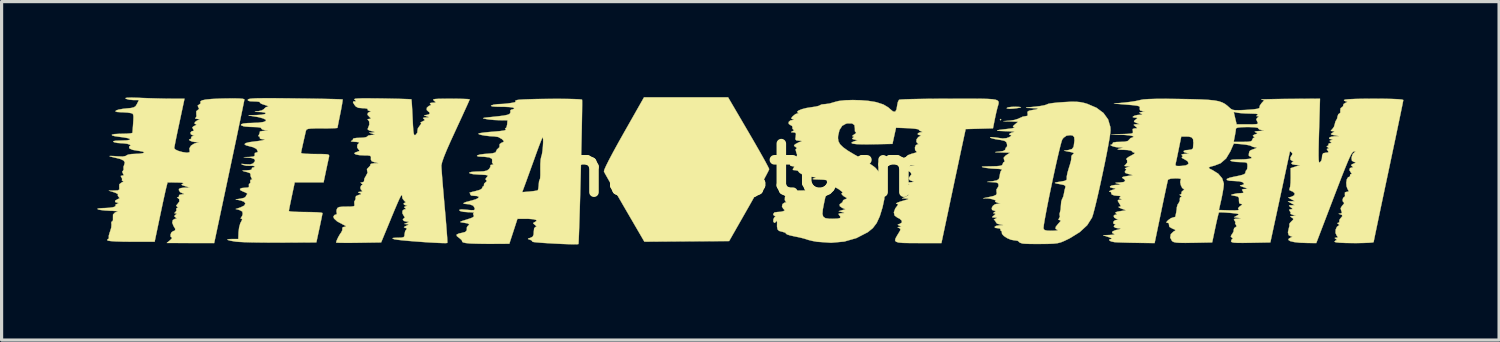
<source format=kicad_pcb>
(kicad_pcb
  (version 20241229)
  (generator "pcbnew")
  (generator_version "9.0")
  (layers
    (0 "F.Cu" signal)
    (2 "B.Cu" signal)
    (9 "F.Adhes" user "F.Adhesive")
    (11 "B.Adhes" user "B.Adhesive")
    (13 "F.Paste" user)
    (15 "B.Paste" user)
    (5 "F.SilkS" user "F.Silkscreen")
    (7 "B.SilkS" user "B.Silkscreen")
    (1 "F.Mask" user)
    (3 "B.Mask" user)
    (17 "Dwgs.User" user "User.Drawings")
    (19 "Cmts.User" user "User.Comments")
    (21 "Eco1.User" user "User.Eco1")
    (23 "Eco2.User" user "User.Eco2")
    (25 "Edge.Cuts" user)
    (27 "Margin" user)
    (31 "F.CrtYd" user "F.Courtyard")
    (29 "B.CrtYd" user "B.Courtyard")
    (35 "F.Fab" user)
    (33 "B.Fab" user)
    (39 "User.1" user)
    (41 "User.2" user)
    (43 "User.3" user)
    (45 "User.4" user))
  (footprint "hexastorm"
    (layer "F.Cu")
    (at 20.45 2.291)
    (property "Reference" "hexastorm" (at 0 0 0) (layer "F.SilkS") (effects (font (size 1.524 1.524) (thickness 0.3))))
    (attr through_hole)
    (fp_poly (pts (xy 7.916 -1.587) (xy 7.895 -1.566) (xy 7.874 -1.587) (xy 7.895 -1.609) (xy 7.916 -1.587)) (stroke (width 0.01) (type solid)) (fill yes) (layer "F.SilkS"))
    (fp_poly (pts (xy 8.473 -1.987) (xy 8.536 -1.978) (xy 8.514 -1.965) (xy 8.409 -1.947) (xy 8.308 -1.934) (xy 8.177 -1.926) (xy 8.099 -1.936) (xy 8.086 -1.949) (xy 8.124 -1.971) (xy 8.223 -1.986) (xy 8.326 -1.99) (xy 8.473 -1.987)) (stroke (width 0.01) (type solid)) (fill yes) (layer "F.SilkS"))
    (fp_poly (pts (xy -0.01 -1.187) (xy 0.152 -0.909) (xy 0.299 -0.653) (xy 0.426 -0.429) (xy 0.527 -0.247) (xy 0.597 -0.114) (xy 0.632 -0.042) (xy 0.634 -0.033) (xy 0.614 0.016) (xy 0.556 0.129) (xy 0.467 0.296) (xy 0.351 0.508) (xy 0.213 0.755) (xy 0.059 1.028) (xy 0.006 1.122) (xy -0.622 2.223) (xy -1.952 2.232) (xy -3.281 2.242) (xy -3.903 1.174) (xy -4.062 0.899) (xy -4.208 0.646) (xy -4.336 0.424) (xy -4.438 0.243) (xy -4.511 0.114) (xy -4.547 0.045) (xy -4.55 0.039) (xy -4.537 -0.017) (xy -4.482 -0.141) (xy -4.389 -0.327) (xy -4.26 -0.57) (xy -4.098 -0.865) (xy -3.934 -1.157) (xy -3.293 -2.286) (xy -0.654 -2.286) (xy -0.01 -1.187)) (stroke (width 0.01) (type solid)) (fill yes) (layer "F.SilkS"))
    (fp_poly (pts (xy -14.658 -2.257) (xy -14.259 -2.253) (xy -14.233 -2.252) (xy -13.889 -2.248) (xy -13.573 -2.243) (xy -13.294 -2.238) (xy -13.063 -2.233) (xy -12.889 -2.228) (xy -12.781 -2.224) (xy -12.749 -2.221) (xy -12.751 -2.177) (xy -12.768 -2.068) (xy -12.796 -1.912) (xy -12.823 -1.776) (xy -12.86 -1.595) (xy -12.889 -1.449) (xy -12.907 -1.354) (xy -12.912 -1.328) (xy -12.951 -1.322) (xy -13.059 -1.317) (xy -13.217 -1.313) (xy -13.398 -1.312) (xy -13.607 -1.312) (xy -13.746 -1.307) (xy -13.831 -1.297) (xy -13.877 -1.277) (xy -13.898 -1.246) (xy -13.906 -1.217) (xy -13.966 -0.953) (xy -14.009 -0.762) (xy -14.037 -0.635) (xy -14.051 -0.563) (xy -14.054 -0.54) (xy -14.015 -0.527) (xy -13.908 -0.516) (xy -13.752 -0.51) (xy -13.606 -0.508) (xy -13.407 -0.507) (xy -13.278 -0.503) (xy -13.206 -0.493) (xy -13.176 -0.472) (xy -13.173 -0.439) (xy -13.178 -0.413) (xy -13.197 -0.328) (xy -13.228 -0.186) (xy -13.264 -0.016) (xy -13.274 0.032) (xy -13.347 0.381) (xy -14.252 0.381) (xy -14.344 0.815) (xy -14.382 0.997) (xy -14.413 1.148) (xy -14.432 1.249) (xy -14.436 1.281) (xy -14.396 1.293) (xy -14.288 1.303) (xy -14.127 1.309) (xy -13.929 1.312) (xy -13.906 1.312) (xy -13.706 1.315) (xy -13.541 1.321) (xy -13.427 1.331) (xy -13.381 1.343) (xy -13.38 1.344) (xy -13.39 1.396) (xy -13.413 1.513) (xy -13.447 1.675) (xy -13.478 1.82) (xy -13.574 2.265) (xy -14.714 2.271) (xy -15.031 2.271) (xy -15.334 2.268) (xy -15.607 2.264) (xy -15.838 2.257) (xy -16.011 2.248) (xy -16.104 2.24) (xy -16.268 2.212) (xy -16.355 2.188) (xy -16.363 2.171) (xy -16.291 2.161) (xy -16.21 2.159) (xy -16.023 2.159) (xy -16.015 1.943) (xy -15.997 1.795) (xy -15.961 1.667) (xy -15.94 1.626) (xy -15.9 1.551) (xy -15.917 1.524) (xy -15.927 1.523) (xy -15.954 1.508) (xy -15.938 1.492) (xy -15.899 1.428) (xy -15.884 1.37) (xy -15.897 1.296) (xy -15.976 1.253) (xy -15.99 1.249) (xy -16.108 1.217) (xy -15.96 1.17) (xy -15.84 1.112) (xy -15.8 1.048) (xy -15.839 0.99) (xy -15.948 0.949) (xy -16.108 0.915) (xy -15.948 0.892) (xy -15.847 0.868) (xy -15.795 0.838) (xy -15.793 0.83) (xy -15.767 0.777) (xy -15.747 0.761) (xy -15.744 0.729) (xy -15.82 0.689) (xy -15.849 0.679) (xy -15.952 0.631) (xy -15.972 0.588) (xy -15.913 0.559) (xy -15.81 0.55) (xy -15.713 0.542) (xy -15.685 0.51) (xy -15.69 0.487) (xy -15.689 0.432) (xy -15.669 0.423) (xy -15.642 0.392) (xy -15.648 0.36) (xy -15.643 0.305) (xy -15.617 0.296) (xy -15.585 0.282) (xy -15.609 0.249) (xy -15.64 0.175) (xy -15.635 0.145) (xy -15.654 0.093) (xy -15.734 0.062) (xy -15.854 0.033) (xy -15.893 0.015) (xy -15.851 0.007) (xy -15.756 0.003) (xy -15.644 -0.007) (xy -15.598 -0.031) (xy -15.6 -0.042) (xy -15.59 -0.078) (xy -15.557 -0.085) (xy -15.51 -0.101) (xy -15.511 -0.12) (xy -15.564 -0.14) (xy -15.651 -0.138) (xy -15.781 -0.142) (xy -15.875 -0.167) (xy -15.928 -0.193) (xy -15.915 -0.2) (xy -15.826 -0.19) (xy -15.799 -0.187) (xy -15.647 -0.182) (xy -15.556 -0.213) (xy -15.496 -0.289) (xy -15.517 -0.348) (xy -15.616 -0.385) (xy -15.674 -0.392) (xy -15.854 -0.409) (xy -15.669 -0.416) (xy -15.554 -0.427) (xy -15.507 -0.452) (xy -15.509 -0.487) (xy -15.503 -0.541) (xy -15.472 -0.55) (xy -15.416 -0.568) (xy -15.41 -0.582) (xy -15.446 -0.663) (xy -15.556 -0.722) (xy -15.655 -0.747) (xy -15.783 -0.782) (xy -15.828 -0.817) (xy -15.791 -0.85) (xy -15.675 -0.88) (xy -15.531 -0.899) (xy -15.372 -0.919) (xy -15.257 -0.939) (xy -15.198 -0.957) (xy -15.204 -0.969) (xy -15.278 -0.974) (xy -15.341 -0.989) (xy -15.346 -1.016) (xy -15.352 -1.055) (xy -15.37 -1.058) (xy -15.398 -1.074) (xy -15.373 -1.115) (xy -15.346 -1.177) (xy -15.353 -1.2) (xy -15.334 -1.219) (xy -15.253 -1.232) (xy -15.215 -1.234) (xy -15.115 -1.239) (xy -15.095 -1.245) (xy -15.153 -1.254) (xy -15.188 -1.258) (xy -15.274 -1.28) (xy -15.304 -1.311) (xy -15.302 -1.315) (xy -15.326 -1.337) (xy -15.418 -1.351) (xy -15.523 -1.355) (xy -15.676 -1.36) (xy -15.807 -1.371) (xy -15.864 -1.381) (xy -15.937 -1.412) (xy -15.934 -1.441) (xy -15.863 -1.465) (xy -15.733 -1.479) (xy -15.629 -1.482) (xy -15.394 -1.491) (xy -15.236 -1.513) (xy -15.158 -1.545) (xy -15.16 -1.584) (xy -15.243 -1.626) (xy -15.409 -1.669) (xy -15.556 -1.694) (xy -15.662 -1.71) (xy -15.704 -1.72) (xy -15.675 -1.725) (xy -15.571 -1.728) (xy -15.462 -1.73) (xy -15.301 -1.74) (xy -15.197 -1.76) (xy -15.156 -1.784) (xy -15.185 -1.807) (xy -15.289 -1.824) (xy -15.356 -1.827) (xy -15.47 -1.832) (xy -15.504 -1.837) (xy -15.46 -1.844) (xy -15.396 -1.851) (xy -15.286 -1.877) (xy -15.218 -1.918) (xy -15.212 -1.929) (xy -15.155 -1.98) (xy -15.098 -1.994) (xy -15.079 -2.005) (xy -15.132 -2.029) (xy -15.19 -2.047) (xy -15.293 -2.082) (xy -15.343 -2.115) (xy -15.342 -2.127) (xy -15.362 -2.145) (xy -15.445 -2.156) (xy -15.528 -2.159) (xy -15.659 -2.165) (xy -15.719 -2.184) (xy -15.724 -2.215) (xy -15.704 -2.23) (xy -15.653 -2.242) (xy -15.562 -2.251) (xy -15.425 -2.257) (xy -15.233 -2.259) (xy -14.98 -2.26) (xy -14.658 -2.257)) (stroke (width 0.01) (type solid)) (fill yes) (layer "F.SilkS"))
    (fp_poly (pts (xy -5.902 -2.239) (xy -5.672 -2.237) (xy -5.477 -2.232) (xy -5.332 -2.226) (xy -5.249 -2.217) (xy -5.236 -2.212) (xy -5.234 -2.165) (xy -5.234 -2.043) (xy -5.236 -1.856) (xy -5.24 -1.614) (xy -5.245 -1.324) (xy -5.252 -0.998) (xy -5.26 -0.645) (xy -5.269 -0.274) (xy -5.278 0.105) (xy -5.288 0.482) (xy -5.298 0.849) (xy -5.308 1.196) (xy -5.318 1.513) (xy -5.327 1.79) (xy -5.335 2.019) (xy -5.342 2.189) (xy -5.347 2.291) (xy -5.351 2.317) (xy -5.398 2.323) (xy -5.51 2.324) (xy -5.671 2.32) (xy -5.865 2.313) (xy -6.075 2.303) (xy -6.285 2.291) (xy -6.478 2.279) (xy -6.638 2.266) (xy -6.749 2.254) (xy -6.793 2.243) (xy -6.794 2.242) (xy -6.813 2.208) (xy -6.869 2.181) (xy -6.934 2.158) (xy -6.923 2.141) (xy -6.858 2.122) (xy -6.786 2.086) (xy -6.756 2.017) (xy -6.752 1.935) (xy -6.739 1.82) (xy -6.697 1.778) (xy -6.691 1.778) (xy -6.664 1.764) (xy -6.71 1.719) (xy -6.712 1.718) (xy -6.768 1.67) (xy -6.755 1.643) (xy -6.721 1.628) (xy -6.662 1.591) (xy -6.68 1.56) (xy -6.768 1.537) (xy -6.918 1.525) (xy -6.979 1.524) (xy -7.264 1.524) (xy -7.391 1.916) (xy -7.519 2.307) (xy -8.004 2.31) (xy -8.231 2.31) (xy -8.459 2.307) (xy -8.654 2.302) (xy -8.754 2.298) (xy -8.887 2.284) (xy -8.974 2.264) (xy -8.996 2.243) (xy -9.01 2.196) (xy -9.077 2.136) (xy -9.079 2.135) (xy -9.165 2.067) (xy -9.173 2.02) (xy -9.101 1.986) (xy -9.017 1.968) (xy -8.902 1.938) (xy -8.853 1.885) (xy -8.851 1.793) (xy -8.824 1.75) (xy -8.8 1.732) (xy -8.776 1.697) (xy -8.831 1.668) (xy -8.969 1.644) (xy -8.996 1.641) (xy -9.053 1.63) (xy -9.051 1.614) (xy -8.982 1.587) (xy -8.858 1.549) (xy -8.714 1.501) (xy -8.641 1.464) (xy -8.63 1.429) (xy -8.637 1.417) (xy -8.657 1.363) (xy -8.627 1.341) (xy -8.635 1.329) (xy -8.71 1.32) (xy -8.813 1.316) (xy -8.951 1.306) (xy -9.051 1.284) (xy -9.085 1.263) (xy -9.079 1.238) (xy -9.011 1.23) (xy -8.871 1.24) (xy -8.853 1.242) (xy -8.709 1.254) (xy -8.632 1.252) (xy -8.603 1.231) (xy -8.603 1.195) (xy -8.651 1.113) (xy -8.768 1.069) (xy -8.865 1.061) (xy -8.95 1.052) (xy -8.954 1.03) (xy -8.881 0.998) (xy -8.733 0.959) (xy -8.714 0.955) (xy -8.571 0.913) (xy -8.491 0.869) (xy -8.479 0.832) (xy -8.539 0.809) (xy -8.614 0.804) (xy -8.712 0.795) (xy -8.744 0.768) (xy -8.742 0.762) (xy -8.749 0.721) (xy -8.771 0.715) (xy -8.765 0.705) (xy -8.71 0.688) (xy -7.114 0.688) (xy -6.88 0.669) (xy -6.747 0.654) (xy -6.653 0.638) (xy -6.624 0.627) (xy -6.608 0.574) (xy -6.597 0.471) (xy -6.596 0.45) (xy -6.586 0.35) (xy -6.568 0.298) (xy -6.564 0.296) (xy -6.552 0.257) (xy -6.545 0.154) (xy -6.545 0.007) (xy -6.546 -0.031) (xy -6.545 -0.198) (xy -6.535 -0.339) (xy -6.517 -0.426) (xy -6.514 -0.433) (xy -6.495 -0.5) (xy -6.478 -0.611) (xy -6.465 -0.741) (xy -6.458 -0.869) (xy -6.458 -0.972) (xy -6.467 -1.027) (xy -6.477 -1.028) (xy -6.501 -0.978) (xy -6.547 -0.863) (xy -6.609 -0.702) (xy -6.679 -0.51) (xy -6.687 -0.487) (xy -6.771 -0.253) (xy -6.859 -0.01) (xy -6.939 0.21) (xy -6.991 0.355) (xy -7.114 0.688) (xy -8.71 0.688) (xy -8.692 0.682) (xy -8.594 0.659) (xy -8.461 0.622) (xy -8.384 0.582) (xy -8.371 0.558) (xy -8.353 0.512) (xy -8.337 0.508) (xy -8.311 0.482) (xy -8.317 0.468) (xy -8.306 0.417) (xy -8.266 0.381) (xy -8.221 0.337) (xy -8.244 0.312) (xy -8.269 0.278) (xy -8.226 0.219) (xy -8.196 0.183) (xy -8.204 0.161) (xy -8.263 0.148) (xy -8.387 0.14) (xy -8.481 0.136) (xy -8.66 0.122) (xy -8.759 0.1) (xy -8.777 0.076) (xy -8.713 0.055) (xy -8.566 0.043) (xy -8.492 0.042) (xy -8.326 0.035) (xy -8.221 0.011) (xy -8.156 -0.035) (xy -8.156 -0.035) (xy -8.112 -0.104) (xy -8.114 -0.141) (xy -8.103 -0.165) (xy -8.061 -0.173) (xy -8.017 -0.183) (xy -8.03 -0.197) (xy -8.062 -0.247) (xy -8.056 -0.282) (xy -8.061 -0.356) (xy -8.146 -0.402) (xy -8.309 -0.422) (xy -8.359 -0.423) (xy -8.484 -0.43) (xy -8.534 -0.447) (xy -8.516 -0.469) (xy -8.437 -0.492) (xy -8.305 -0.51) (xy -8.213 -0.516) (xy -8.045 -0.531) (xy -7.956 -0.557) (xy -7.938 -0.584) (xy -7.906 -0.652) (xy -7.881 -0.673) (xy -7.833 -0.719) (xy -7.828 -0.735) (xy -7.822 -0.82) (xy -7.76 -0.863) (xy -7.749 -0.867) (xy -7.693 -0.89) (xy -7.698 -0.921) (xy -7.749 -0.976) (xy -7.866 -1.042) (xy -7.99 -1.061) (xy -8.144 -1.07) (xy -8.29 -1.087) (xy -8.408 -1.109) (xy -8.479 -1.132) (xy -8.485 -1.152) (xy -8.426 -1.166) (xy -8.303 -1.183) (xy -8.135 -1.2) (xy -8.006 -1.21) (xy -7.817 -1.227) (xy -7.687 -1.245) (xy -7.626 -1.264) (xy -7.628 -1.276) (xy -7.654 -1.306) (xy -7.64 -1.312) (xy -7.606 -1.349) (xy -7.586 -1.438) (xy -7.586 -1.439) (xy -7.576 -1.566) (xy -7.82 -1.569) (xy -7.992 -1.576) (xy -8.16 -1.592) (xy -8.234 -1.604) (xy -8.317 -1.621) (xy -8.343 -1.634) (xy -8.304 -1.645) (xy -8.193 -1.658) (xy -8.107 -1.667) (xy -7.862 -1.693) (xy -7.69 -1.715) (xy -7.578 -1.738) (xy -7.514 -1.764) (xy -7.487 -1.799) (xy -7.484 -1.846) (xy -7.488 -1.873) (xy -7.459 -1.901) (xy -7.429 -1.905) (xy -7.373 -1.928) (xy -7.366 -1.947) (xy -7.406 -1.967) (xy -7.517 -1.982) (xy -7.685 -1.99) (xy -7.758 -1.99) (xy -7.951 -1.994) (xy -8.062 -2.004) (xy -8.095 -2.022) (xy -8.086 -2.032) (xy -8.008 -2.057) (xy -7.882 -2.073) (xy -7.811 -2.076) (xy -7.687 -2.082) (xy -7.556 -2.096) (xy -7.436 -2.114) (xy -7.346 -2.132) (xy -7.305 -2.149) (xy -7.324 -2.158) (xy -7.338 -2.175) (xy -7.281 -2.201) (xy -7.209 -2.212) (xy -7.071 -2.221) (xy -6.882 -2.228) (xy -6.656 -2.234) (xy -6.408 -2.237) (xy -6.152 -2.239) (xy -5.902 -2.239)) (stroke (width 0.01) (type solid)) (fill yes) (layer "F.SilkS"))
    (fp_poly (pts (xy 10.391 -2.137) (xy 10.514 -2.112) (xy 10.616 -2.082) (xy 10.906 -1.958) (xy 11.124 -1.795) (xy 11.269 -1.594) (xy 11.339 -1.357) (xy 11.345 -1.253) (xy 11.336 -1.152) (xy 11.31 -0.981) (xy 11.27 -0.756) (xy 11.219 -0.489) (xy 11.16 -0.195) (xy 11.095 0.113) (xy 11.029 0.421) (xy 10.963 0.716) (xy 10.901 0.983) (xy 10.845 1.209) (xy 10.799 1.381) (xy 10.765 1.484) (xy 10.763 1.489) (xy 10.612 1.727) (xy 10.379 1.942) (xy 10.068 2.134) (xy 10.035 2.151) (xy 9.898 2.217) (xy 9.789 2.262) (xy 9.684 2.289) (xy 9.56 2.304) (xy 9.393 2.311) (xy 9.21 2.313) (xy 8.999 2.314) (xy 8.809 2.312) (xy 8.662 2.307) (xy 8.583 2.3) (xy 8.499 2.273) (xy 8.467 2.241) (xy 8.43 2.214) (xy 8.34 2.201) (xy 8.332 2.201) (xy 8.221 2.181) (xy 8.103 2.131) (xy 8.001 2.065) (xy 7.941 1.997) (xy 7.936 1.958) (xy 7.929 1.91) (xy 7.913 1.905) (xy 7.888 1.879) (xy 7.895 1.863) (xy 7.88 1.831) (xy 7.813 1.82) (xy 7.739 1.81) (xy 9.242 1.81) (xy 9.242 1.837) (xy 9.279 1.878) (xy 9.363 1.897) (xy 9.512 1.9) (xy 9.513 1.9) (xy 9.63 1.895) (xy 9.69 1.885) (xy 9.684 1.876) (xy 9.62 1.839) (xy 9.627 1.776) (xy 9.706 1.678) (xy 9.714 1.67) (xy 9.775 1.6) (xy 9.774 1.57) (xy 9.751 1.566) (xy 9.708 1.553) (xy 9.731 1.51) (xy 9.759 1.449) (xy 9.752 1.427) (xy 9.745 1.371) (xy 9.758 1.325) (xy 9.78 1.23) (xy 9.789 1.106) (xy 9.789 1.101) (xy 9.799 0.987) (xy 9.824 0.908) (xy 9.827 0.904) (xy 9.862 0.828) (xy 9.883 0.735) (xy 9.905 0.619) (xy 9.927 0.542) (xy 9.929 0.492) (xy 9.875 0.461) (xy 9.793 0.444) (xy 9.654 0.418) (xy 9.597 0.4) (xy 9.622 0.384) (xy 9.727 0.365) (xy 9.771 0.359) (xy 9.905 0.334) (xy 9.967 0.304) (xy 9.972 0.266) (xy 9.972 0.196) (xy 9.996 0.075) (xy 10.032 -0.049) (xy 10.075 -0.186) (xy 10.103 -0.288) (xy 10.111 -0.332) (xy 10.12 -0.451) (xy 10.18 -0.516) (xy 10.192 -0.52) (xy 10.2 -0.537) (xy 10.138 -0.561) (xy 10.075 -0.575) (xy 9.885 -0.611) (xy 10.029 -0.634) (xy 10.135 -0.665) (xy 10.184 -0.729) (xy 10.192 -0.762) (xy 10.214 -0.932) (xy 10.206 -1.036) (xy 10.162 -1.087) (xy 10.086 -1.1) (xy 9.964 -1.084) (xy 9.875 -1.021) (xy 9.836 -0.974) (xy 9.813 -0.915) (xy 9.777 -0.786) (xy 9.731 -0.599) (xy 9.676 -0.366) (xy 9.616 -0.099) (xy 9.553 0.19) (xy 9.49 0.488) (xy 9.428 0.785) (xy 9.371 1.067) (xy 9.322 1.323) (xy 9.282 1.54) (xy 9.254 1.706) (xy 9.242 1.81) (xy 7.739 1.81) (xy 7.724 1.808) (xy 7.707 1.779) (xy 7.753 1.748) (xy 7.854 1.729) (xy 7.863 1.729) (xy 7.963 1.724) (xy 7.981 1.719) (xy 7.92 1.71) (xy 7.885 1.705) (xy 7.783 1.675) (xy 7.747 1.627) (xy 7.717 1.571) (xy 7.694 1.563) (xy 7.684 1.548) (xy 7.726 1.524) (xy 7.78 1.497) (xy 7.758 1.487) (xy 7.707 1.485) (xy 7.635 1.479) (xy 7.642 1.454) (xy 7.686 1.42) (xy 7.736 1.373) (xy 7.715 1.356) (xy 7.705 1.355) (xy 7.663 1.348) (xy 7.694 1.319) (xy 7.705 1.312) (xy 7.744 1.28) (xy 7.704 1.271) (xy 7.694 1.271) (xy 7.629 1.246) (xy 7.618 1.188) (xy 7.651 1.122) (xy 7.719 1.07) (xy 7.783 1.054) (xy 7.895 1.05) (xy 7.789 1.016) (xy 7.726 0.99) (xy 7.726 0.977) (xy 7.751 0.962) (xy 7.716 0.937) (xy 7.64 0.91) (xy 7.547 0.89) (xy 7.493 0.885) (xy 7.345 0.88) (xy 7.525 0.844) (xy 7.674 0.81) (xy 7.753 0.773) (xy 7.777 0.725) (xy 7.768 0.677) (xy 7.767 0.601) (xy 7.788 0.573) (xy 7.825 0.512) (xy 7.832 0.463) (xy 7.816 0.41) (xy 7.756 0.383) (xy 7.652 0.375) (xy 7.472 0.368) (xy 7.658 0.343) (xy 7.78 0.318) (xy 7.84 0.277) (xy 7.859 0.224) (xy 7.88 0.099) (xy 7.901 0.032) (xy 7.93 -0.004) (xy 7.938 -0.01) (xy 7.925 -0.028) (xy 7.846 -0.041) (xy 7.768 -0.044) (xy 7.6 -0.054) (xy 7.434 -0.074) (xy 7.387 -0.082) (xy 7.319 -0.099) (xy 7.31 -0.11) (xy 7.369 -0.117) (xy 7.502 -0.121) (xy 7.588 -0.122) (xy 7.772 -0.127) (xy 7.885 -0.138) (xy 7.942 -0.158) (xy 7.959 -0.19) (xy 7.959 -0.191) (xy 7.983 -0.247) (xy 8.003 -0.254) (xy 8.026 -0.281) (xy 8.006 -0.327) (xy 7.993 -0.391) (xy 8.043 -0.45) (xy 8.078 -0.475) (xy 8.191 -0.55) (xy 7.916 -0.558) (xy 7.78 -0.562) (xy 7.724 -0.567) (xy 7.745 -0.573) (xy 7.838 -0.581) (xy 7.842 -0.581) (xy 7.978 -0.603) (xy 8.039 -0.64) (xy 8.043 -0.658) (xy 8.064 -0.713) (xy 8.08 -0.72) (xy 8.101 -0.755) (xy 8.097 -0.822) (xy 8.073 -0.885) (xy 8.016 -0.923) (xy 7.903 -0.948) (xy 7.859 -0.954) (xy 7.721 -0.977) (xy 7.613 -1.005) (xy 7.578 -1.019) (xy 7.567 -1.036) (xy 7.625 -1.038) (xy 7.757 -1.024) (xy 7.959 -0.996) (xy 8.076 -1.005) (xy 8.17 -1.039) (xy 8.229 -1.08) (xy 8.225 -1.099) (xy 8.223 -1.099) (xy 8.169 -1.115) (xy 8.179 -1.148) (xy 8.24 -1.181) (xy 8.308 -1.197) (xy 8.332 -1.205) (xy 8.281 -1.214) (xy 8.168 -1.221) (xy 8.086 -1.224) (xy 7.903 -1.231) (xy 7.804 -1.239) (xy 7.788 -1.25) (xy 7.856 -1.265) (xy 8.008 -1.284) (xy 8.107 -1.295) (xy 8.24 -1.312) (xy 8.32 -1.329) (xy 8.334 -1.342) (xy 8.328 -1.344) (xy 8.283 -1.362) (xy 8.299 -1.396) (xy 8.35 -1.441) (xy 8.445 -1.521) (xy 8.213 -1.53) (xy 7.98 -1.539) (xy 8.188 -1.555) (xy 8.33 -1.577) (xy 8.449 -1.614) (xy 8.483 -1.632) (xy 8.593 -1.681) (xy 8.669 -1.693) (xy 8.741 -1.707) (xy 8.747 -1.761) (xy 8.743 -1.776) (xy 8.739 -1.832) (xy 8.786 -1.865) (xy 8.877 -1.885) (xy 9.016 -1.91) (xy 9.071 -1.928) (xy 9.041 -1.939) (xy 8.928 -1.947) (xy 8.869 -1.95) (xy 8.749 -1.954) (xy 8.695 -1.959) (xy 8.71 -1.966) (xy 8.8 -1.976) (xy 8.97 -1.993) (xy 8.971 -1.993) (xy 9.136 -2.013) (xy 9.267 -2.037) (xy 9.343 -2.06) (xy 9.352 -2.067) (xy 9.402 -2.086) (xy 9.518 -2.105) (xy 9.684 -2.123) (xy 9.864 -2.136) (xy 10.091 -2.148) (xy 10.258 -2.149) (xy 10.391 -2.137)) (stroke (width 0.01) (type solid)) (fill yes) (layer "F.SilkS"))
    (fp_poly (pts (xy -11.667 -2.253) (xy -11.526 -2.251) (xy -11.256 -2.246) (xy -11.016 -2.241) (xy -10.819 -2.235) (xy -10.676 -2.23) (xy -10.601 -2.226) (xy -10.592 -2.224) (xy -10.586 -2.18) (xy -10.577 -2.067) (xy -10.567 -1.901) (xy -10.557 -1.698) (xy -10.554 -1.639) (xy -10.543 -1.409) (xy -10.532 -1.253) (xy -10.52 -1.157) (xy -10.504 -1.109) (xy -10.482 -1.099) (xy -10.456 -1.111) (xy -10.404 -1.181) (xy -10.402 -1.23) (xy -10.389 -1.312) (xy -10.333 -1.393) (xy -10.283 -1.458) (xy -10.297 -1.484) (xy -10.298 -1.484) (xy -10.304 -1.499) (xy -10.246 -1.529) (xy -10.178 -1.564) (xy -10.183 -1.596) (xy -10.203 -1.61) (xy -10.228 -1.639) (xy -10.179 -1.652) (xy -10.139 -1.655) (xy -10.054 -1.659) (xy -10.05 -1.67) (xy -10.118 -1.693) (xy -10.188 -1.718) (xy -10.18 -1.728) (xy -10.131 -1.731) (xy -10.044 -1.752) (xy -10.011 -1.791) (xy -10.044 -1.831) (xy -10.054 -1.836) (xy -10.111 -1.89) (xy -10.106 -1.962) (xy -10.043 -2.016) (xy -10.029 -2.021) (xy -9.973 -2.046) (xy -9.994 -2.077) (xy -9.998 -2.08) (xy -10.011 -2.106) (xy -9.943 -2.117) (xy -9.927 -2.117) (xy -9.843 -2.122) (xy -9.834 -2.141) (xy -9.882 -2.182) (xy -9.907 -2.206) (xy -9.899 -2.223) (xy -9.846 -2.234) (xy -9.74 -2.24) (xy -9.568 -2.243) (xy -9.364 -2.244) (xy -9.149 -2.242) (xy -8.969 -2.238) (xy -8.837 -2.233) (xy -8.769 -2.225) (xy -8.763 -2.222) (xy -8.78 -2.18) (xy -8.828 -2.071) (xy -8.903 -1.907) (xy -8.998 -1.698) (xy -9.111 -1.454) (xy -9.207 -1.246) (xy -9.366 -0.9) (xy -9.488 -0.623) (xy -9.574 -0.411) (xy -9.627 -0.257) (xy -9.65 -0.156) (xy -9.651 -0.135) (xy -9.647 -0.051) (xy -9.636 0.104) (xy -9.62 0.317) (xy -9.598 0.575) (xy -9.573 0.865) (xy -9.549 1.143) (xy -9.522 1.441) (xy -9.5 1.711) (xy -9.482 1.942) (xy -9.469 2.121) (xy -9.463 2.238) (xy -9.464 2.281) (xy -9.513 2.287) (xy -9.63 2.285) (xy -9.799 2.278) (xy -10.005 2.267) (xy -10.232 2.252) (xy -10.464 2.235) (xy -10.685 2.217) (xy -10.879 2.199) (xy -11.03 2.182) (xy -11.122 2.167) (xy -11.138 2.163) (xy -11.185 2.139) (xy -11.169 2.126) (xy -11.081 2.12) (xy -11.023 2.119) (xy -10.895 2.115) (xy -10.831 2.097) (xy -10.808 2.055) (xy -10.806 2.006) (xy -10.787 1.911) (xy -10.752 1.862) (xy -10.729 1.831) (xy -10.778 1.81) (xy -10.826 1.792) (xy -10.804 1.769) (xy -10.753 1.745) (xy -10.685 1.712) (xy -10.692 1.697) (xy -10.732 1.693) (xy -10.816 1.687) (xy -10.732 1.651) (xy -10.673 1.623) (xy -10.696 1.614) (xy -10.74 1.612) (xy -10.823 1.593) (xy -10.862 1.555) (xy -10.839 1.517) (xy -10.827 1.512) (xy -10.795 1.483) (xy -10.827 1.436) (xy -10.874 1.351) (xy -10.871 1.272) (xy -10.821 1.229) (xy -10.806 1.227) (xy -10.758 1.219) (xy -10.79 1.189) (xy -10.791 1.189) (xy -10.822 1.156) (xy -10.776 1.133) (xy -10.769 1.131) (xy -10.717 1.114) (xy -10.745 1.107) (xy -10.763 1.106) (xy -10.824 1.08) (xy -10.834 1.039) (xy -10.787 1.015) (xy -10.784 1.015) (xy -10.771 0.998) (xy -10.806 0.97) (xy -10.867 0.896) (xy -10.88 0.838) (xy -10.883 0.79) (xy -10.896 0.777) (xy -10.921 0.808) (xy -10.963 0.887) (xy -11.024 1.024) (xy -11.11 1.224) (xy -11.223 1.495) (xy -11.239 1.536) (xy -11.541 2.265) (xy -12.247 2.276) (xy -12.481 2.279) (xy -12.682 2.279) (xy -12.837 2.277) (xy -12.931 2.273) (xy -12.954 2.268) (xy -12.934 2.201) (xy -12.887 2.1) (xy -12.83 2.002) (xy -12.793 1.952) (xy -12.757 1.876) (xy -12.76 1.836) (xy -12.746 1.788) (xy -12.688 1.775) (xy -12.642 1.766) (xy -12.663 1.742) (xy -12.748 1.699) (xy -12.924 1.603) (xy -13.019 1.515) (xy -13.039 1.455) (xy -13.004 1.404) (xy -12.973 1.397) (xy -12.929 1.376) (xy -12.933 1.354) (xy -12.943 1.282) (xy -12.933 1.227) (xy -12.907 1.181) (xy -12.853 1.155) (xy -12.749 1.145) (xy -12.631 1.143) (xy -12.483 1.141) (xy -12.404 1.131) (xy -12.375 1.107) (xy -12.381 1.064) (xy -12.381 1.062) (xy -12.384 0.984) (xy -12.365 0.955) (xy -12.34 0.899) (xy -12.346 0.868) (xy -12.329 0.812) (xy -12.25 0.778) (xy -12.173 0.755) (xy -12.172 0.735) (xy -12.215 0.716) (xy -12.266 0.692) (xy -12.241 0.681) (xy -12.192 0.677) (xy -12.132 0.666) (xy -12.139 0.649) (xy -12.183 0.594) (xy -12.192 0.547) (xy -12.169 0.48) (xy -12.139 0.465) (xy -12.117 0.45) (xy -12.15 0.423) (xy -12.188 0.391) (xy -12.146 0.382) (xy -12.136 0.382) (xy -12.079 0.358) (xy -12.076 0.328) (xy -12.066 0.26) (xy -12.016 0.174) (xy -11.965 0.076) (xy -11.979 0.023) (xy -11.986 -0.036) (xy -11.939 -0.084) (xy -11.884 -0.142) (xy -11.879 -0.177) (xy -11.858 -0.201) (xy -11.776 -0.216) (xy -11.761 -0.217) (xy -11.62 -0.222) (xy -11.748 -0.249) (xy -11.838 -0.283) (xy -11.864 -0.341) (xy -11.861 -0.371) (xy -11.861 -0.426) (xy -11.892 -0.454) (xy -11.975 -0.465) (xy -12.073 -0.466) (xy -12.227 -0.474) (xy -12.334 -0.495) (xy -12.381 -0.523) (xy -12.361 -0.553) (xy -12.302 -0.574) (xy -12.227 -0.602) (xy -12.231 -0.632) (xy -12.241 -0.639) (xy -12.292 -0.71) (xy -12.288 -0.796) (xy -12.235 -0.854) (xy -12.232 -0.873) (xy -12.3 -0.887) (xy -12.361 -0.891) (xy -12.457 -0.899) (xy -12.491 -0.911) (xy -12.477 -0.918) (xy -12.426 -0.952) (xy -12.427 -0.977) (xy -12.403 -0.999) (xy -12.313 -1.013) (xy -12.216 -1.016) (xy -12.087 -1.023) (xy -12.002 -1.041) (xy -11.98 -1.058) (xy -11.943 -1.088) (xy -11.853 -1.104) (xy -11.843 -1.105) (xy -11.755 -1.109) (xy -11.745 -1.12) (xy -11.809 -1.142) (xy -11.811 -1.143) (xy -11.917 -1.177) (xy -11.811 -1.186) (xy -11.745 -1.195) (xy -11.759 -1.206) (xy -11.79 -1.214) (xy -11.909 -1.245) (xy -11.96 -1.275) (xy -11.958 -1.314) (xy -11.952 -1.323) (xy -11.911 -1.431) (xy -11.916 -1.529) (xy -11.948 -1.573) (xy -11.968 -1.601) (xy -11.917 -1.609) (xy -11.859 -1.617) (xy -11.88 -1.647) (xy -11.9 -1.663) (xy -11.969 -1.739) (xy -11.956 -1.799) (xy -11.909 -1.826) (xy -11.855 -1.851) (xy -11.88 -1.858) (xy -11.909 -1.86) (xy -11.96 -1.88) (xy -11.959 -1.905) (xy -11.979 -1.932) (xy -12.071 -1.946) (xy -12.121 -1.947) (xy -12.251 -1.957) (xy -12.331 -1.995) (xy -12.379 -2.053) (xy -12.423 -2.127) (xy -12.417 -2.155) (xy -12.375 -2.159) (xy -12.326 -2.164) (xy -12.346 -2.19) (xy -12.375 -2.212) (xy -12.385 -2.229) (xy -12.355 -2.242) (xy -12.276 -2.25) (xy -12.14 -2.255) (xy -11.94 -2.255) (xy -11.667 -2.253)) (stroke (width 0.01) (type solid)) (fill yes) (layer "F.SilkS"))
    (fp_poly (pts (xy -19.147 -2.272) (xy -19.071 -2.268) (xy -18.814 -2.259) (xy -18.541 -2.251) (xy -18.287 -2.245) (xy -18.116 -2.244) (xy -17.711 -2.244) (xy -17.871 -1.492) (xy -17.923 -1.249) (xy -17.968 -1.033) (xy -18.003 -0.858) (xy -18.026 -0.738) (xy -18.033 -0.69) (xy -17.996 -0.648) (xy -17.902 -0.605) (xy -17.777 -0.57) (xy -17.649 -0.551) (xy -17.619 -0.551) (xy -17.553 -0.565) (xy -17.547 -0.593) (xy -17.559 -0.682) (xy -17.507 -0.771) (xy -17.405 -0.836) (xy -17.386 -0.842) (xy -17.251 -0.881) (xy -17.386 -0.885) (xy -17.469 -0.899) (xy -17.536 -0.926) (xy -17.569 -0.954) (xy -17.548 -0.972) (xy -17.526 -0.974) (xy -17.497 -0.999) (xy -17.503 -1.013) (xy -17.49 -1.054) (xy -17.452 -1.071) (xy -17.4 -1.088) (xy -17.43 -1.094) (xy -17.452 -1.096) (xy -17.512 -1.127) (xy -17.523 -1.182) (xy -17.484 -1.224) (xy -17.457 -1.228) (xy -17.412 -1.239) (xy -17.437 -1.285) (xy -17.441 -1.291) (xy -17.466 -1.343) (xy -17.423 -1.381) (xy -17.393 -1.394) (xy -17.337 -1.424) (xy -17.346 -1.437) (xy -17.396 -1.461) (xy -17.383 -1.51) (xy -17.317 -1.559) (xy -17.304 -1.565) (xy -17.238 -1.594) (xy -17.252 -1.605) (xy -17.314 -1.609) (xy -17.374 -1.62) (xy -17.367 -1.637) (xy -17.334 -1.692) (xy -17.34 -1.76) (xy -17.341 -1.851) (xy -17.297 -1.888) (xy -17.252 -1.924) (xy -17.276 -1.973) (xy -17.298 -2.027) (xy -17.256 -2.057) (xy -17.208 -2.095) (xy -17.208 -2.116) (xy -17.212 -2.159) (xy -17.159 -2.192) (xy -17.044 -2.217) (xy -16.859 -2.235) (xy -16.599 -2.247) (xy -16.478 -2.25) (xy -16.205 -2.254) (xy -16.004 -2.251) (xy -15.878 -2.24) (xy -15.832 -2.224) (xy -15.832 -2.223) (xy -15.84 -2.174) (xy -15.865 -2.051) (xy -15.904 -1.86) (xy -15.956 -1.61) (xy -16.019 -1.308) (xy -16.091 -0.961) (xy -16.172 -0.579) (xy -16.259 -0.168) (xy -16.306 0.053) (xy -16.78 2.286) (xy -17.524 2.285) (xy -18.267 2.283) (xy -18.167 2.2) (xy -18.109 2.143) (xy -18.103 2.117) (xy -18.105 2.117) (xy -18.146 2.086) (xy -18.149 2.019) (xy -18.12 1.95) (xy -18.074 1.917) (xy -18.007 1.888) (xy -18.001 1.839) (xy -18.055 1.749) (xy -18.055 1.749) (xy -18.095 1.648) (xy -18.077 1.564) (xy -18.009 1.524) (xy -17.998 1.523) (xy -17.952 1.517) (xy -17.982 1.487) (xy -17.992 1.481) (xy -18.034 1.441) (xy -18 1.403) (xy -17.992 1.398) (xy -17.95 1.364) (xy -17.981 1.355) (xy -17.992 1.355) (xy -18.032 1.346) (xy -17.997 1.316) (xy -17.961 1.261) (xy -17.968 1.232) (xy -17.963 1.19) (xy -17.941 1.185) (xy -17.907 1.176) (xy -17.941 1.149) (xy -17.972 1.11) (xy -17.93 1.06) (xy -17.872 0.98) (xy -17.878 0.906) (xy -17.918 0.875) (xy -17.947 0.856) (xy -17.915 0.85) (xy -17.88 0.823) (xy -17.886 0.804) (xy -17.87 0.772) (xy -17.793 0.757) (xy -17.723 0.751) (xy -17.733 0.738) (xy -17.759 0.731) (xy -17.85 0.686) (xy -17.889 0.621) (xy -17.881 0.584) (xy -17.828 0.561) (xy -17.727 0.547) (xy -17.703 0.547) (xy -17.547 0.543) (xy -17.695 0.499) (xy -17.786 0.468) (xy -17.804 0.446) (xy -17.759 0.421) (xy -17.744 0.402) (xy -17.813 0.389) (xy -17.958 0.384) (xy -18.242 0.381) (xy -18.283 0.54) (xy -18.305 0.632) (xy -18.34 0.79) (xy -18.386 0.998) (xy -18.437 1.24) (xy -18.486 1.471) (xy -18.648 2.244) (xy -19.376 2.244) (xy -19.647 2.241) (xy -19.868 2.234) (xy -20.027 2.223) (xy -20.115 2.209) (xy -20.13 2.201) (xy -20.125 2.162) (xy -20.108 2.159) (xy -20.08 2.133) (xy -20.086 2.119) (xy -20.087 2.057) (xy -20.058 1.954) (xy -20.045 1.921) (xy -20.009 1.801) (xy -20.001 1.702) (xy -20.005 1.687) (xy -20.006 1.623) (xy -19.983 1.609) (xy -19.955 1.574) (xy -19.955 1.509) (xy -19.954 1.391) (xy -19.889 1.324) (xy -19.812 1.301) (xy -19.799 1.291) (xy -19.859 1.282) (xy -19.978 1.274) (xy -20.024 1.273) (xy -20.205 1.263) (xy -20.34 1.248) (xy -20.423 1.23) (xy -20.445 1.212) (xy -20.4 1.197) (xy -20.28 1.189) (xy -20.235 1.188) (xy -20.083 1.18) (xy -19.959 1.163) (xy -19.897 1.143) (xy -19.863 1.108) (xy -19.875 1.098) (xy -19.877 1.082) (xy -19.833 1.058) (xy -19.778 1.03) (xy -19.801 1.02) (xy -19.823 1.019) (xy -19.888 0.997) (xy -19.884 0.953) (xy -19.813 0.911) (xy -19.806 0.908) (xy -19.748 0.88) (xy -19.768 0.848) (xy -19.773 0.844) (xy -19.806 0.797) (xy -19.796 0.775) (xy -19.81 0.743) (xy -19.886 0.704) (xy -19.925 0.691) (xy -20.087 0.642) (xy -19.913 0.638) (xy -19.804 0.632) (xy -19.758 0.608) (xy -19.755 0.553) (xy -19.759 0.53) (xy -19.755 0.44) (xy -19.685 0.386) (xy -19.679 0.384) (xy -19.626 0.355) (xy -19.639 0.341) (xy -19.677 0.324) (xy -19.671 0.311) (xy -19.67 0.26) (xy -19.691 0.226) (xy -19.712 0.18) (xy -19.664 0.169) (xy -19.615 0.157) (xy -19.639 0.11) (xy -19.64 0.11) (xy -19.666 0.047) (xy -19.644 0.022) (xy -19.617 -0.028) (xy -19.623 -0.044) (xy -19.625 -0.109) (xy -19.605 -0.16) (xy -19.583 -0.244) (xy -19.624 -0.306) (xy -19.736 -0.356) (xy -19.845 -0.383) (xy -19.968 -0.412) (xy -20.048 -0.435) (xy -20.066 -0.444) (xy -20.028 -0.448) (xy -19.929 -0.444) (xy -19.818 -0.435) (xy -19.651 -0.429) (xy -19.556 -0.447) (xy -19.54 -0.46) (xy -19.484 -0.488) (xy -19.373 -0.507) (xy -19.291 -0.511) (xy -19.118 -0.519) (xy -19.01 -0.536) (xy -18.974 -0.558) (xy -19.012 -0.582) (xy -19.13 -0.605) (xy -19.163 -0.609) (xy -19.333 -0.638) (xy -19.429 -0.678) (xy -19.447 -0.7) (xy -19.442 -0.754) (xy -19.419 -0.763) (xy -19.4 -0.778) (xy -19.431 -0.804) (xy -19.511 -0.83) (xy -19.635 -0.845) (xy -19.685 -0.847) (xy -19.816 -0.856) (xy -19.917 -0.879) (xy -19.939 -0.889) (xy -19.944 -0.911) (xy -19.874 -0.925) (xy -19.724 -0.93) (xy -19.687 -0.931) (xy -19.516 -0.938) (xy -19.427 -0.955) (xy -19.42 -0.98) (xy -19.492 -1.007) (xy -19.643 -1.034) (xy -19.72 -1.043) (xy -19.893 -1.067) (xy -19.983 -1.092) (xy -19.99 -1.115) (xy -19.915 -1.133) (xy -19.76 -1.142) (xy -19.687 -1.143) (xy -19.529 -1.147) (xy -19.409 -1.156) (xy -19.348 -1.17) (xy -19.344 -1.175) (xy -19.326 -1.409) (xy -19.315 -1.571) (xy -19.312 -1.677) (xy -19.319 -1.739) (xy -19.337 -1.77) (xy -19.366 -1.785) (xy -19.397 -1.793) (xy -19.498 -1.809) (xy -19.639 -1.818) (xy -19.704 -1.82) (xy -19.829 -1.828) (xy -19.879 -1.847) (xy -19.859 -1.874) (xy -19.778 -1.902) (xy -19.642 -1.926) (xy -19.541 -1.937) (xy -19.388 -1.952) (xy -19.296 -1.975) (xy -19.242 -2.014) (xy -19.202 -2.08) (xy -19.141 -2.201) (xy -19.318 -2.202) (xy -19.445 -2.213) (xy -19.542 -2.239) (xy -19.558 -2.248) (xy -19.559 -2.266) (xy -19.495 -2.276) (xy -19.359 -2.278) (xy -19.147 -2.272)) (stroke (width 0.01) (type solid)) (fill yes) (layer "F.SilkS"))
    (fp_poly (pts (xy 7.298 -2.242) (xy 7.498 -2.237) (xy 7.643 -2.227) (xy 7.742 -2.211) (xy 7.802 -2.187) (xy 7.83 -2.154) (xy 7.835 -2.11) (xy 7.823 -2.053) (xy 7.802 -1.983) (xy 7.792 -1.947) (xy 7.761 -1.82) (xy 7.725 -1.655) (xy 7.705 -1.557) (xy 7.657 -1.315) (xy 7.228 -1.303) (xy 6.8 -1.291) (xy 6.686 -0.762) (xy 6.647 -0.58) (xy 6.594 -0.332) (xy 6.531 -0.034) (xy 6.46 0.297) (xy 6.387 0.644) (xy 6.313 0.992) (xy 6.306 1.027) (xy 6.039 2.286) (xy 5.313 2.286) (xy 5.032 2.285) (xy 4.828 2.281) (xy 4.691 2.268) (xy 4.613 2.242) (xy 4.585 2.201) (xy 4.6 2.139) (xy 4.648 2.052) (xy 4.689 1.986) (xy 4.744 1.892) (xy 4.753 1.844) (xy 4.719 1.818) (xy 4.708 1.813) (xy 4.663 1.79) (xy 4.698 1.78) (xy 4.72 1.778) (xy 4.78 1.771) (xy 4.76 1.755) (xy 4.722 1.74) (xy 4.667 1.714) (xy 4.689 1.696) (xy 4.733 1.683) (xy 4.799 1.641) (xy 4.794 1.581) (xy 4.725 1.519) (xy 4.66 1.489) (xy 4.57 1.422) (xy 4.547 1.32) (xy 4.592 1.199) (xy 4.633 1.146) (xy 4.68 1.08) (xy 4.659 1.058) (xy 4.656 1.058) (xy 4.615 1.049) (xy 4.647 1.023) (xy 4.745 0.985) (xy 4.854 0.953) (xy 4.967 0.92) (xy 5.004 0.902) (xy 4.972 0.892) (xy 4.932 0.889) (xy 4.805 0.882) (xy 4.932 0.824) (xy 4.999 0.785) (xy 4.998 0.765) (xy 4.988 0.764) (xy 4.937 0.731) (xy 4.933 0.663) (xy 4.966 0.608) (xy 4.968 0.556) (xy 4.947 0.522) (xy 4.927 0.477) (xy 4.98 0.465) (xy 5.032 0.458) (xy 5.005 0.43) (xy 4.995 0.423) (xy 4.972 0.395) (xy 5.02 0.381) (xy 5.08 0.377) (xy 5.159 0.369) (xy 5.161 0.356) (xy 5.144 0.351) (xy 5.038 0.307) (xy 5.015 0.247) (xy 5.053 0.19) (xy 5.098 0.128) (xy 5.076 0.075) (xy 5.066 0.064) (xy 4.98 0.011) (xy 4.907 -0.012) (xy 4.805 -0.031) (xy 4.911 -0.04) (xy 4.982 -0.049) (xy 4.974 -0.065) (xy 4.932 -0.085) (xy 4.9 -0.107) (xy 4.937 -0.122) (xy 5.051 -0.131) (xy 5.059 -0.132) (xy 5.162 -0.137) (xy 5.197 -0.143) (xy 5.16 -0.151) (xy 5.045 -0.162) (xy 4.974 -0.169) (xy 4.826 -0.183) (xy 4.754 -0.196) (xy 4.748 -0.209) (xy 4.801 -0.226) (xy 4.815 -0.23) (xy 4.9 -0.262) (xy 4.93 -0.297) (xy 4.929 -0.301) (xy 4.939 -0.335) (xy 4.961 -0.339) (xy 4.995 -0.348) (xy 4.962 -0.375) (xy 4.935 -0.421) (xy 4.985 -0.47) (xy 5.103 -0.515) (xy 5.165 -0.531) (xy 5.247 -0.556) (xy 5.267 -0.577) (xy 5.26 -0.581) (xy 5.214 -0.632) (xy 5.208 -0.713) (xy 5.236 -0.784) (xy 5.281 -0.808) (xy 5.321 -0.819) (xy 5.302 -0.832) (xy 5.254 -0.888) (xy 5.259 -0.968) (xy 5.313 -1.039) (xy 5.345 -1.057) (xy 5.402 -1.086) (xy 5.382 -1.097) (xy 5.366 -1.098) (xy 5.3 -1.119) (xy 5.301 -1.158) (xy 5.362 -1.187) (xy 5.387 -1.19) (xy 5.444 -1.197) (xy 5.42 -1.211) (xy 5.408 -1.215) (xy 5.345 -1.248) (xy 5.334 -1.27) (xy 5.295 -1.288) (xy 5.191 -1.304) (xy 5.041 -1.317) (xy 4.975 -1.32) (xy 4.615 -1.333) (xy 4.503 -0.826) (xy 3.86 -0.814) (xy 3.574 -0.812) (xy 3.371 -0.819) (xy 3.252 -0.834) (xy 3.214 -0.858) (xy 3.259 -0.891) (xy 3.313 -0.911) (xy 3.408 -0.942) (xy 3.306 -0.962) (xy 3.24 -0.983) (xy 3.251 -1.011) (xy 3.263 -1.019) (xy 3.301 -1.05) (xy 3.261 -1.059) (xy 3.26 -1.059) (xy 3.242 -1.076) (xy 3.296 -1.119) (xy 3.302 -1.122) (xy 3.361 -1.164) (xy 3.36 -1.184) (xy 3.358 -1.184) (xy 3.325 -1.222) (xy 3.324 -1.31) (xy 3.31 -1.417) (xy 3.232 -1.47) (xy 3.09 -1.469) (xy 3.043 -1.459) (xy 2.925 -1.393) (xy 2.84 -1.261) (xy 2.797 -1.079) (xy 2.794 -1.004) (xy 2.808 -0.907) (xy 2.858 -0.815) (xy 2.953 -0.721) (xy 3.102 -0.614) (xy 3.315 -0.487) (xy 3.429 -0.423) (xy 3.613 -0.318) (xy 3.783 -0.21) (xy 3.918 -0.116) (xy 3.974 -0.07) (xy 4.136 0.123) (xy 4.234 0.344) (xy 4.27 0.602) (xy 4.246 0.907) (xy 4.192 1.161) (xy 4.106 1.442) (xy 4.008 1.656) (xy 3.887 1.816) (xy 3.734 1.941) (xy 3.728 1.945) (xy 3.372 2.129) (xy 2.991 2.238) (xy 2.579 2.276) (xy 2.138 2.245) (xy 1.99 2.218) (xy 1.861 2.186) (xy 1.82 2.172) (xy 1.724 2.142) (xy 1.578 2.106) (xy 1.429 2.076) (xy 1.291 2.045) (xy 1.196 2.015) (xy 1.164 1.991) (xy 1.164 1.99) (xy 1.142 1.961) (xy 1.06 1.934) (xy 1.037 1.929) (xy 0.946 1.904) (xy 0.898 1.857) (xy 0.881 1.767) (xy 0.883 1.63) (xy 0.877 1.584) (xy 0.863 1.598) (xy 0.817 1.647) (xy 0.801 1.651) (xy 0.767 1.619) (xy 0.765 1.551) (xy 0.791 1.486) (xy 0.815 1.467) (xy 0.846 1.448) (xy 0.815 1.443) (xy 0.768 1.405) (xy 0.762 1.376) (xy 0.8 1.325) (xy 0.886 1.312) (xy 1.001 1.304) (xy 1.077 1.286) (xy 1.123 1.26) (xy 1.097 1.225) (xy 1.078 1.211) (xy 1.036 1.139) (xy 1.054 1.061) (xy 1.12 1.015) (xy 1.137 1.013) (xy 1.175 1.002) (xy 1.154 0.988) (xy 1.125 0.937) (xy 1.13 0.843) (xy 1.164 0.739) (xy 1.196 0.688) (xy 1.245 0.665) (xy 1.353 0.648) (xy 1.529 0.639) (xy 1.78 0.635) (xy 1.839 0.635) (xy 2.441 0.635) (xy 2.359 1.017) (xy 2.318 1.228) (xy 2.306 1.371) (xy 2.331 1.459) (xy 2.399 1.505) (xy 2.517 1.522) (xy 2.63 1.524) (xy 2.784 1.518) (xy 2.861 1.498) (xy 2.87 1.458) (xy 2.828 1.405) (xy 2.809 1.369) (xy 2.86 1.353) (xy 2.902 1.35) (xy 2.985 1.346) (xy 2.987 1.337) (xy 2.921 1.316) (xy 2.815 1.286) (xy 3.027 1.223) (xy 2.932 1.185) (xy 2.852 1.13) (xy 2.845 1.071) (xy 2.9 1.031) (xy 2.944 0.994) (xy 2.942 0.974) (xy 2.961 0.938) (xy 3.017 0.912) (xy 3.076 0.886) (xy 3.057 0.862) (xy 3.049 0.858) (xy 2.974 0.816) (xy 2.919 0.765) (xy 2.904 0.727) (xy 2.921 0.72) (xy 2.94 0.7) (xy 2.912 0.667) (xy 2.817 0.595) (xy 2.711 0.536) (xy 2.63 0.508) (xy 2.625 0.508) (xy 2.567 0.483) (xy 2.5 0.425) (xy 2.451 0.361) (xy 2.445 0.321) (xy 2.419 0.308) (xy 2.329 0.297) (xy 2.198 0.292) (xy 2.059 0.287) (xy 1.999 0.277) (xy 2.012 0.261) (xy 2.032 0.254) (xy 2.103 0.229) (xy 2.096 0.219) (xy 2.043 0.216) (xy 1.911 0.199) (xy 1.773 0.165) (xy 1.655 0.121) (xy 1.58 0.077) (xy 1.566 0.055) (xy 1.53 0.014) (xy 1.455 0) (xy 1.381 -0.007) (xy 1.378 -0.038) (xy 1.397 -0.064) (xy 1.424 -0.112) (xy 1.381 -0.127) (xy 1.357 -0.127) (xy 1.296 -0.143) (xy 1.291 -0.169) (xy 1.284 -0.209) (xy 1.262 -0.215) (xy 1.25 -0.23) (xy 1.291 -0.254) (xy 1.345 -0.281) (xy 1.323 -0.292) (xy 1.27 -0.296) (xy 1.215 -0.304) (xy 1.227 -0.322) (xy 1.313 -0.357) (xy 1.33 -0.363) (xy 1.449 -0.408) (xy 1.504 -0.443) (xy 1.511 -0.487) (xy 1.485 -0.562) (xy 1.484 -0.566) (xy 1.462 -0.65) (xy 1.487 -0.678) (xy 1.493 -0.679) (xy 1.505 -0.696) (xy 1.468 -0.725) (xy 1.414 -0.763) (xy 1.43 -0.797) (xy 1.468 -0.825) (xy 1.572 -0.88) (xy 1.63 -0.9) (xy 1.662 -0.916) (xy 1.61 -0.925) (xy 1.578 -0.926) (xy 1.486 -0.937) (xy 1.456 -0.975) (xy 1.467 -1.058) (xy 1.476 -1.148) (xy 1.445 -1.182) (xy 1.392 -1.188) (xy 1.323 -1.193) (xy 1.335 -1.209) (xy 1.376 -1.228) (xy 1.42 -1.256) (xy 1.403 -1.267) (xy 1.365 -1.3) (xy 1.368 -1.329) (xy 1.355 -1.388) (xy 1.316 -1.408) (xy 1.249 -1.453) (xy 1.247 -1.514) (xy 1.302 -1.562) (xy 1.351 -1.571) (xy 1.415 -1.579) (xy 1.396 -1.593) (xy 1.383 -1.596) (xy 1.331 -1.616) (xy 1.34 -1.652) (xy 1.379 -1.697) (xy 1.46 -1.761) (xy 1.52 -1.781) (xy 1.559 -1.791) (xy 1.532 -1.807) (xy 1.513 -1.837) (xy 1.561 -1.875) (xy 1.661 -1.915) (xy 1.795 -1.95) (xy 1.948 -1.975) (xy 1.956 -1.976) (xy 2.093 -1.996) (xy 2.192 -2.02) (xy 2.226 -2.038) (xy 2.28 -2.063) (xy 2.38 -2.074) (xy 2.389 -2.074) (xy 2.526 -2.092) (xy 2.671 -2.134) (xy 2.682 -2.138) (xy 2.821 -2.173) (xy 3.021 -2.195) (xy 3.259 -2.202) (xy 3.511 -2.195) (xy 3.754 -2.175) (xy 3.965 -2.141) (xy 4.007 -2.131) (xy 4.219 -2.062) (xy 4.373 -1.97) (xy 4.42 -1.927) (xy 4.52 -1.844) (xy 4.588 -1.836) (xy 4.63 -1.906) (xy 4.651 -2.032) (xy 4.673 -2.14) (xy 4.709 -2.208) (xy 4.714 -2.211) (xy 4.766 -2.218) (xy 4.893 -2.225) (xy 5.085 -2.231) (xy 5.333 -2.236) (xy 5.625 -2.24) (xy 5.954 -2.242) (xy 6.297 -2.243) (xy 6.705 -2.244) (xy 7.036 -2.244) (xy 7.298 -2.242)) (stroke (width 0.01) (type solid)) (fill yes) (layer "F.SilkS"))
    (fp_poly (pts (xy 19.909 -2.242) (xy 20.164 -2.237) (xy 20.358 -2.229) (xy 20.483 -2.218) (xy 20.531 -2.204) (xy 20.532 -2.203) (xy 20.523 -2.155) (xy 20.499 -2.032) (xy 20.46 -1.842) (xy 20.408 -1.592) (xy 20.345 -1.291) (xy 20.273 -0.946) (xy 20.192 -0.565) (xy 20.106 -0.156) (xy 20.066 0.033) (xy 19.977 0.452) (xy 19.894 0.845) (xy 19.818 1.206) (xy 19.751 1.526) (xy 19.694 1.798) (xy 19.649 2.014) (xy 19.618 2.166) (xy 19.602 2.246) (xy 19.6 2.257) (xy 19.56 2.267) (xy 19.451 2.276) (xy 19.286 2.282) (xy 19.082 2.286) (xy 18.986 2.286) (xy 18.733 2.283) (xy 18.542 2.275) (xy 18.419 2.262) (xy 18.373 2.245) (xy 18.373 2.244) (xy 18.406 2.204) (xy 18.426 2.201) (xy 18.448 2.186) (xy 18.415 2.159) (xy 18.377 2.126) (xy 18.418 2.117) (xy 18.429 2.117) (xy 18.48 2.109) (xy 18.46 2.072) (xy 18.445 2.056) (xy 18.406 1.97) (xy 18.41 1.863) (xy 18.451 1.774) (xy 18.488 1.747) (xy 18.526 1.72) (xy 18.493 1.688) (xy 18.458 1.658) (xy 18.492 1.652) (xy 18.528 1.629) (xy 18.523 1.612) (xy 18.529 1.555) (xy 18.563 1.509) (xy 18.619 1.441) (xy 18.606 1.403) (xy 18.553 1.384) (xy 18.501 1.368) (xy 18.533 1.361) (xy 18.554 1.36) (xy 18.605 1.343) (xy 18.593 1.287) (xy 18.585 1.271) (xy 18.565 1.194) (xy 18.609 1.119) (xy 18.626 1.102) (xy 18.674 1.042) (xy 18.67 1.016) (xy 18.669 1.016) (xy 18.635 0.981) (xy 18.627 0.931) (xy 18.646 0.863) (xy 18.674 0.847) (xy 18.703 0.813) (xy 18.699 0.762) (xy 18.701 0.695) (xy 18.76 0.677) (xy 18.816 0.669) (xy 18.808 0.629) (xy 18.785 0.595) (xy 18.751 0.504) (xy 18.743 0.391) (xy 18.76 0.286) (xy 18.799 0.221) (xy 18.824 0.212) (xy 18.864 0.19) (xy 18.86 0.169) (xy 18.866 0.131) (xy 18.887 0.127) (xy 18.918 0.115) (xy 18.889 0.076) (xy 18.842 -0.003) (xy 18.857 -0.065) (xy 18.912 -0.085) (xy 18.961 -0.093) (xy 18.929 -0.122) (xy 18.924 -0.125) (xy 18.892 -0.16) (xy 18.931 -0.19) (xy 18.963 -0.203) (xy 19.032 -0.232) (xy 19.024 -0.249) (xy 18.979 -0.263) (xy 18.92 -0.297) (xy 18.908 -0.372) (xy 18.913 -0.415) (xy 18.947 -0.515) (xy 19.002 -0.564) (xy 19.038 -0.58) (xy 18.994 -0.587) (xy 18.986 -0.588) (xy 18.961 -0.581) (xy 18.931 -0.551) (xy 18.894 -0.493) (xy 18.846 -0.397) (xy 18.785 -0.258) (xy 18.707 -0.068) (xy 18.608 0.18) (xy 18.487 0.494) (xy 18.351 0.847) (xy 17.801 2.286) (xy 17.526 2.283) (xy 17.29 2.275) (xy 17.107 2.254) (xy 16.983 2.224) (xy 16.926 2.187) (xy 16.941 2.145) (xy 17.004 2.111) (xy 17.054 2.087) (xy 17.025 2.078) (xy 17.012 2.077) (xy 16.937 2.04) (xy 16.912 1.948) (xy 16.936 1.835) (xy 16.96 1.748) (xy 16.956 1.702) (xy 16.968 1.663) (xy 17.021 1.606) (xy 17.079 1.549) (xy 17.074 1.514) (xy 17.031 1.486) (xy 16.985 1.453) (xy 17.011 1.44) (xy 17.06 1.436) (xy 17.166 1.431) (xy 17.06 1.397) (xy 16.995 1.371) (xy 16.991 1.359) (xy 17 1.329) (xy 16.976 1.291) (xy 16.947 1.241) (xy 16.992 1.227) (xy 17.002 1.226) (xy 17.056 1.221) (xy 17.042 1.197) (xy 16.999 1.163) (xy 16.945 1.116) (xy 16.964 1.101) (xy 17.02 1.099) (xy 17.124 1.098) (xy 16.912 0.977) (xy 17.124 0.971) (xy 17.023 0.915) (xy 16.922 0.859) (xy 17.026 0.832) (xy 17.112 0.786) (xy 17.123 0.722) (xy 17.062 0.668) (xy 17.028 0.657) (xy 16.958 0.623) (xy 16.963 0.58) (xy 16.982 0.514) (xy 16.995 0.391) (xy 16.999 0.235) (xy 16.999 0.233) (xy 16.997 -0.064) (xy 17.145 -0.113) (xy 17.293 -0.163) (xy 17.156 -0.166) (xy 17.056 -0.183) (xy 17.017 -0.217) (xy 17.05 -0.258) (xy 17.071 -0.268) (xy 17.085 -0.287) (xy 17.048 -0.293) (xy 16.994 -0.326) (xy 16.987 -0.396) (xy 17.028 -0.466) (xy 17.039 -0.474) (xy 17.052 -0.524) (xy 17.028 -0.557) (xy 16.983 -0.592) (xy 16.974 -0.591) (xy 16.965 -0.546) (xy 16.94 -0.429) (xy 16.901 -0.248) (xy 16.851 -0.013) (xy 16.791 0.266) (xy 16.724 0.58) (xy 16.666 0.847) (xy 16.36 2.265) (xy 15.744 2.277) (xy 15.5 2.28) (xy 15.33 2.279) (xy 15.219 2.273) (xy 15.157 2.26) (xy 15.131 2.24) (xy 15.127 2.224) (xy 15.152 2.166) (xy 15.173 2.158) (xy 15.184 2.141) (xy 15.157 2.119) (xy 15.118 2.08) (xy 15.14 2.029) (xy 15.162 2.003) (xy 15.207 1.923) (xy 15.21 1.873) (xy 15.226 1.816) (xy 15.259 1.794) (xy 15.303 1.759) (xy 15.278 1.71) (xy 15.252 1.661) (xy 15.261 1.651) (xy 15.265 1.625) (xy 15.24 1.587) (xy 15.216 1.544) (xy 15.252 1.524) (xy 15.33 1.518) (xy 15.423 1.513) (xy 15.434 1.507) (xy 15.366 1.496) (xy 15.346 1.493) (xy 15.22 1.474) (xy 15.32 1.421) (xy 15.362 1.393) (xy 15.359 1.374) (xy 15.298 1.36) (xy 15.169 1.345) (xy 15.092 1.338) (xy 14.935 1.326) (xy 14.814 1.321) (xy 14.75 1.324) (xy 14.746 1.326) (xy 14.731 1.373) (xy 14.703 1.484) (xy 14.666 1.644) (xy 14.632 1.805) (xy 14.535 2.265) (xy 13.939 2.277) (xy 13.697 2.28) (xy 13.524 2.278) (xy 13.408 2.27) (xy 13.334 2.255) (xy 13.287 2.231) (xy 13.273 2.218) (xy 13.219 2.114) (xy 13.237 2.006) (xy 13.321 1.925) (xy 13.379 1.892) (xy 13.372 1.867) (xy 13.294 1.834) (xy 13.285 1.83) (xy 13.193 1.778) (xy 13.18 1.718) (xy 13.18 1.716) (xy 13.175 1.661) (xy 13.135 1.651) (xy 13.096 1.642) (xy 13.117 1.604) (xy 13.156 1.566) (xy 13.243 1.504) (xy 13.312 1.482) (xy 13.372 1.465) (xy 13.381 1.45) (xy 13.393 1.386) (xy 13.405 1.333) (xy 13.423 1.221) (xy 13.425 1.169) (xy 13.453 1.073) (xy 13.484 1.031) (xy 13.522 0.953) (xy 13.519 0.909) (xy 13.526 0.855) (xy 13.553 0.846) (xy 13.585 0.836) (xy 13.547 0.804) (xy 13.51 0.771) (xy 13.539 0.763) (xy 13.575 0.74) (xy 13.569 0.722) (xy 13.58 0.672) (xy 13.62 0.639) (xy 13.66 0.604) (xy 13.646 0.594) (xy 13.594 0.557) (xy 13.552 0.471) (xy 13.533 0.374) (xy 13.545 0.301) (xy 13.557 0.289) (xy 13.551 0.27) (xy 13.475 0.258) (xy 13.387 0.255) (xy 13.237 0.264) (xy 13.156 0.293) (xy 13.146 0.307) (xy 13.133 0.362) (xy 13.105 0.488) (xy 13.066 0.671) (xy 13.017 0.901) (xy 12.962 1.164) (xy 12.929 1.323) (xy 12.729 2.286) (xy 12.175 2.279) (xy 11.951 2.275) (xy 11.743 2.269) (xy 11.574 2.263) (xy 11.466 2.256) (xy 11.462 2.255) (xy 11.36 2.233) (xy 11.306 2.2) (xy 11.311 2.17) (xy 11.377 2.156) (xy 11.388 2.143) (xy 11.33 2.114) (xy 11.282 2.097) (xy 11.113 2.041) (xy 11.324 2.032) (xy 11.429 2.023) (xy 11.474 2.011) (xy 11.462 2.003) (xy 11.395 1.967) (xy 11.406 1.923) (xy 11.489 1.885) (xy 11.504 1.881) (xy 11.625 1.852) (xy 11.667 1.835) (xy 11.635 1.826) (xy 11.591 1.824) (xy 11.497 1.806) (xy 11.448 1.771) (xy 11.462 1.732) (xy 11.483 1.721) (xy 11.514 1.702) (xy 11.483 1.697) (xy 11.433 1.669) (xy 11.436 1.617) (xy 11.483 1.572) (xy 11.525 1.562) (xy 11.59 1.557) (xy 11.574 1.543) (xy 11.536 1.53) (xy 11.463 1.486) (xy 11.442 1.434) (xy 11.479 1.399) (xy 11.504 1.396) (xy 11.553 1.389) (xy 11.521 1.36) (xy 11.515 1.356) (xy 11.497 1.328) (xy 11.549 1.304) (xy 11.642 1.286) (xy 11.831 1.256) (xy 11.683 1.203) (xy 11.608 1.169) (xy 11.597 1.148) (xy 11.611 1.146) (xy 11.659 1.138) (xy 11.657 1.103) (xy 11.617 1.037) (xy 11.573 0.963) (xy 11.584 0.934) (xy 11.647 0.926) (xy 11.71 0.92) (xy 11.691 0.908) (xy 11.667 0.901) (xy 11.615 0.878) (xy 11.641 0.846) (xy 11.646 0.843) (xy 11.668 0.816) (xy 11.612 0.805) (xy 11.592 0.805) (xy 11.464 0.792) (xy 11.383 0.761) (xy 11.368 0.718) (xy 11.369 0.715) (xy 11.355 0.682) (xy 11.316 0.674) (xy 11.301 0.661) (xy 11.355 0.634) (xy 11.388 0.623) (xy 11.482 0.591) (xy 11.5 0.575) (xy 11.448 0.564) (xy 11.419 0.56) (xy 11.336 0.537) (xy 11.328 0.508) (xy 11.383 0.48) (xy 11.493 0.462) (xy 11.528 0.461) (xy 11.634 0.456) (xy 11.661 0.449) (xy 11.617 0.433) (xy 11.578 0.423) (xy 11.506 0.403) (xy 11.503 0.393) (xy 11.576 0.388) (xy 11.631 0.386) (xy 11.757 0.371) (xy 11.807 0.336) (xy 11.778 0.286) (xy 11.737 0.259) (xy 11.706 0.231) (xy 11.737 0.209) (xy 11.842 0.187) (xy 11.853 0.186) (xy 12.044 0.154) (xy 11.903 0.117) (xy 11.812 0.087) (xy 11.792 0.052) (xy 11.813 0.019) (xy 11.841 -0.031) (xy 11.806 -0.047) (xy 11.796 -0.06) (xy 11.849 -0.083) (xy 14.426 -0.083) (xy 14.451 -0.05) (xy 14.546 -0.003) (xy 14.725 0.109) (xy 14.847 0.253) (xy 14.899 0.412) (xy 14.9 0.44) (xy 14.89 0.544) (xy 14.865 0.7) (xy 14.83 0.877) (xy 14.823 0.91) (xy 14.746 1.249) (xy 15.088 1.259) (xy 15.249 1.26) (xy 15.349 1.252) (xy 15.379 1.238) (xy 15.373 1.233) (xy 15.346 1.196) (xy 15.387 1.147) (xy 15.414 1.127) (xy 15.475 1.079) (xy 15.467 1.06) (xy 15.438 1.058) (xy 15.384 1.036) (xy 15.375 0.956) (xy 15.376 0.942) (xy 15.374 0.862) (xy 15.331 0.823) (xy 15.24 0.804) (xy 15.147 0.787) (xy 15.131 0.774) (xy 15.186 0.754) (xy 15.198 0.751) (xy 15.324 0.727) (xy 15.425 0.72) (xy 15.506 0.713) (xy 15.515 0.686) (xy 15.494 0.656) (xy 15.469 0.611) (xy 15.508 0.593) (xy 15.563 0.589) (xy 15.631 0.585) (xy 15.632 0.573) (xy 15.56 0.545) (xy 15.515 0.53) (xy 15.421 0.495) (xy 15.407 0.475) (xy 15.441 0.47) (xy 15.516 0.452) (xy 15.536 0.428) (xy 15.496 0.378) (xy 15.38 0.347) (xy 15.226 0.338) (xy 15.071 0.329) (xy 14.994 0.306) (xy 14.997 0.273) (xy 15.081 0.237) (xy 15.181 0.213) (xy 15.366 0.175) (xy 15.483 0.146) (xy 15.547 0.12) (xy 15.574 0.092) (xy 15.579 0.061) (xy 15.597 0.006) (xy 15.61 0) (xy 15.633 -0.037) (xy 15.642 -0.126) (xy 15.642 -0.127) (xy 15.638 -0.2) (xy 15.613 -0.237) (xy 15.544 -0.252) (xy 15.412 -0.255) (xy 15.409 -0.255) (xy 15.267 -0.262) (xy 15.154 -0.281) (xy 15.113 -0.296) (xy 15.11 -0.318) (xy 15.184 -0.332) (xy 15.337 -0.338) (xy 15.396 -0.338) (xy 15.56 -0.343) (xy 15.689 -0.356) (xy 15.762 -0.375) (xy 15.769 -0.381) (xy 15.76 -0.418) (xy 15.732 -0.423) (xy 15.685 -0.455) (xy 15.686 -0.514) (xy 15.7 -0.581) (xy 15.727 -0.617) (xy 15.791 -0.646) (xy 15.854 -0.668) (xy 15.928 -0.699) (xy 15.925 -0.714) (xy 15.894 -0.716) (xy 15.803 -0.736) (xy 15.767 -0.757) (xy 15.706 -0.78) (xy 15.588 -0.802) (xy 15.47 -0.816) (xy 15.213 -0.837) (xy 15.104 -0.59) (xy 14.971 -0.368) (xy 14.799 -0.219) (xy 14.605 -0.144) (xy 14.476 -0.111) (xy 14.426 -0.083) (xy 11.849 -0.083) (xy 11.853 -0.085) (xy 11.959 -0.119) (xy 11.853 -0.123) (xy 11.785 -0.133) (xy 11.793 -0.154) (xy 13.384 -0.154) (xy 13.419 -0.133) (xy 13.512 -0.132) (xy 13.572 -0.135) (xy 13.711 -0.153) (xy 13.779 -0.189) (xy 13.792 -0.216) (xy 13.764 -0.283) (xy 13.668 -0.341) (xy 13.593 -0.382) (xy 13.579 -0.411) (xy 13.587 -0.415) (xy 13.618 -0.439) (xy 13.583 -0.47) (xy 13.575 -0.496) (xy 13.651 -0.511) (xy 13.695 -0.514) (xy 13.788 -0.52) (xy 13.8 -0.528) (xy 13.748 -0.538) (xy 13.654 -0.566) (xy 13.637 -0.601) (xy 13.694 -0.628) (xy 13.78 -0.635) (xy 13.885 -0.649) (xy 13.933 -0.685) (xy 13.933 -0.688) (xy 13.947 -0.865) (xy 13.944 -0.889) (xy 15.209 -0.889) (xy 15.5 -0.889) (xy 15.659 -0.893) (xy 15.749 -0.907) (xy 15.787 -0.934) (xy 15.79 -0.953) (xy 15.819 -1.009) (xy 15.843 -1.017) (xy 15.87 -1.028) (xy 15.838 -1.054) (xy 15.811 -1.087) (xy 15.86 -1.117) (xy 15.88 -1.123) (xy 15.949 -1.149) (xy 15.941 -1.17) (xy 15.896 -1.189) (xy 15.868 -1.209) (xy 15.915 -1.223) (xy 16.023 -1.231) (xy 16.133 -1.238) (xy 16.163 -1.246) (xy 16.115 -1.256) (xy 16.096 -1.258) (xy 16.01 -1.28) (xy 15.981 -1.311) (xy 15.983 -1.315) (xy 15.956 -1.334) (xy 15.857 -1.348) (xy 15.7 -1.354) (xy 15.645 -1.355) (xy 15.452 -1.35) (xy 15.335 -1.337) (xy 15.284 -1.313) (xy 15.28 -1.302) (xy 15.272 -1.229) (xy 15.252 -1.112) (xy 15.244 -1.069) (xy 15.209 -0.889) (xy 13.944 -0.889) (xy 13.935 -0.974) (xy 13.89 -1.032) (xy 13.802 -1.054) (xy 13.714 -1.058) (xy 13.565 -1.058) (xy 13.486 -0.669) (xy 13.449 -0.489) (xy 13.417 -0.334) (xy 13.393 -0.228) (xy 13.387 -0.201) (xy 13.384 -0.154) (xy 11.793 -0.154) (xy 11.794 -0.157) (xy 11.811 -0.168) (xy 11.868 -0.238) (xy 11.866 -0.314) (xy 11.841 -0.343) (xy 11.854 -0.374) (xy 11.926 -0.425) (xy 11.988 -0.457) (xy 12.078 -0.508) (xy 12.111 -0.541) (xy 12.097 -0.548) (xy 12.034 -0.57) (xy 12.023 -0.593) (xy 11.984 -0.615) (xy 11.884 -0.633) (xy 11.758 -0.64) (xy 11.624 -0.644) (xy 11.567 -0.653) (xy 11.581 -0.666) (xy 11.62 -0.677) (xy 11.748 -0.71) (xy 11.599 -0.715) (xy 11.508 -0.727) (xy 11.421 -0.749) (xy 11.359 -0.775) (xy 11.342 -0.796) (xy 11.38 -0.804) (xy 11.415 -0.828) (xy 11.409 -0.847) (xy 11.431 -0.871) (xy 11.529 -0.886) (xy 11.64 -0.889) (xy 11.799 -0.896) (xy 11.889 -0.918) (xy 11.923 -0.953) (xy 11.976 -1.009) (xy 12.006 -1.016) (xy 12.059 -1.039) (xy 12.065 -1.057) (xy 12.026 -1.077) (xy 11.922 -1.095) (xy 11.773 -1.109) (xy 11.716 -1.112) (xy 11.367 -1.126) (xy 11.719 -1.134) (xy 11.89 -1.14) (xy 11.993 -1.149) (xy 12.041 -1.167) (xy 12.051 -1.197) (xy 12.044 -1.228) (xy 12.04 -1.293) (xy 12.098 -1.312) (xy 12.113 -1.312) (xy 12.179 -1.316) (xy 12.171 -1.339) (xy 12.126 -1.374) (xy 12.072 -1.421) (xy 12.091 -1.437) (xy 12.15 -1.441) (xy 12.255 -1.445) (xy 12.154 -1.485) (xy 12.084 -1.519) (xy 12.087 -1.55) (xy 12.132 -1.587) (xy 12.185 -1.632) (xy 12.165 -1.648) (xy 12.107 -1.65) (xy 12.045 -1.662) (xy 12.049 -1.685) (xy 12.104 -1.712) (xy 12.192 -1.733) (xy 12.255 -1.738) (xy 12.335 -1.744) (xy 12.337 -1.758) (xy 12.298 -1.776) (xy 12.249 -1.801) (xy 12.271 -1.817) (xy 12.329 -1.828) (xy 15.211 -1.828) (xy 15.256 -1.634) (xy 15.302 -1.439) (xy 15.652 -1.439) (xy 15.823 -1.44) (xy 15.923 -1.446) (xy 15.967 -1.46) (xy 15.97 -1.488) (xy 15.949 -1.525) (xy 15.918 -1.598) (xy 15.948 -1.643) (xy 15.96 -1.652) (xy 16.002 -1.684) (xy 15.97 -1.693) (xy 15.96 -1.693) (xy 15.918 -1.7) (xy 15.949 -1.729) (xy 15.96 -1.736) (xy 15.968 -1.759) (xy 15.901 -1.772) (xy 15.755 -1.777) (xy 15.743 -1.777) (xy 15.575 -1.782) (xy 15.424 -1.792) (xy 15.337 -1.803) (xy 15.211 -1.828) (xy 12.329 -1.828) (xy 12.34 -1.83) (xy 12.423 -1.844) (xy 12.424 -1.851) (xy 12.355 -1.856) (xy 12.274 -1.874) (xy 12.259 -1.925) (xy 12.263 -1.943) (xy 12.266 -1.98) (xy 12.241 -2.007) (xy 12.174 -2.025) (xy 12.051 -2.041) (xy 11.868 -2.057) (xy 11.451 -2.091) (xy 11.79 -2.123) (xy 11.974 -2.145) (xy 12.145 -2.172) (xy 12.269 -2.2) (xy 12.28 -2.203) (xy 12.375 -2.221) (xy 12.539 -2.232) (xy 12.777 -2.239) (xy 13.092 -2.24) (xy 13.487 -2.236) (xy 13.528 -2.235) (xy 13.897 -2.229) (xy 14.191 -2.22) (xy 14.423 -2.207) (xy 14.602 -2.189) (xy 14.741 -2.163) (xy 14.848 -2.127) (xy 14.937 -2.08) (xy 15.016 -2.019) (xy 15.071 -1.969) (xy 15.123 -1.924) (xy 15.178 -1.896) (xy 15.255 -1.883) (xy 15.373 -1.882) (xy 15.551 -1.89) (xy 15.607 -1.893) (xy 15.822 -1.909) (xy 15.957 -1.928) (xy 16.016 -1.952) (xy 16.019 -1.965) (xy 16.031 -2.028) (xy 16.085 -2.105) (xy 16.169 -2.196) (xy 16.075 -2.214) (xy 16.088 -2.219) (xy 16.175 -2.225) (xy 16.326 -2.229) (xy 16.531 -2.233) (xy 16.779 -2.237) (xy 16.95 -2.238) (xy 17.918 -2.244) (xy 17.888 -1.217) (xy 17.879 -0.892) (xy 17.874 -0.643) (xy 17.873 -0.462) (xy 17.876 -0.34) (xy 17.884 -0.269) (xy 17.896 -0.24) (xy 17.914 -0.245) (xy 17.914 -0.246) (xy 17.956 -0.294) (xy 17.976 -0.353) (xy 17.986 -0.459) (xy 17.986 -0.466) (xy 18.017 -0.532) (xy 18.103 -0.55) (xy 18.177 -0.557) (xy 18.18 -0.588) (xy 18.161 -0.614) (xy 18.13 -0.664) (xy 18.164 -0.678) (xy 18.166 -0.678) (xy 18.199 -0.687) (xy 18.161 -0.72) (xy 18.124 -0.753) (xy 18.153 -0.761) (xy 18.188 -0.786) (xy 18.182 -0.804) (xy 18.194 -0.839) (xy 18.233 -0.847) (xy 18.282 -0.855) (xy 18.251 -0.884) (xy 18.25 -0.885) (xy 18.218 -0.919) (xy 18.265 -0.942) (xy 18.271 -0.943) (xy 18.324 -0.96) (xy 18.295 -0.967) (xy 18.277 -0.969) (xy 18.208 -0.987) (xy 18.207 -1.018) (xy 18.262 -1.048) (xy 18.362 -1.064) (xy 18.362 -1.064) (xy 18.521 -1.069) (xy 18.373 -1.096) (xy 18.279 -1.117) (xy 18.259 -1.137) (xy 18.303 -1.17) (xy 18.309 -1.174) (xy 18.368 -1.213) (xy 18.354 -1.225) (xy 18.312 -1.226) (xy 18.256 -1.233) (xy 18.276 -1.263) (xy 18.298 -1.281) (xy 18.357 -1.363) (xy 18.38 -1.439) (xy 18.403 -1.53) (xy 18.428 -1.57) (xy 18.458 -1.628) (xy 18.468 -1.687) (xy 18.494 -1.759) (xy 18.526 -1.778) (xy 18.558 -1.811) (xy 18.554 -1.862) (xy 18.564 -1.945) (xy 18.6 -1.972) (xy 18.647 -2.012) (xy 18.645 -2.037) (xy 18.66 -2.079) (xy 18.719 -2.114) (xy 18.778 -2.144) (xy 18.758 -2.155) (xy 18.743 -2.156) (xy 18.68 -2.179) (xy 18.669 -2.201) (xy 18.711 -2.216) (xy 18.832 -2.228) (xy 19.03 -2.237) (xy 19.3 -2.242) (xy 19.6 -2.244) (xy 19.909 -2.242)) (stroke (width 0.01) (type solid)) (fill yes) (layer "F.SilkS")))
  (gr_rect
    (start -3 -3)
    (end 43.987 7.62)
    (stroke (width 0.1) (type default))
    (fill no)
    (layer "Edge.Cuts")))
</source>
